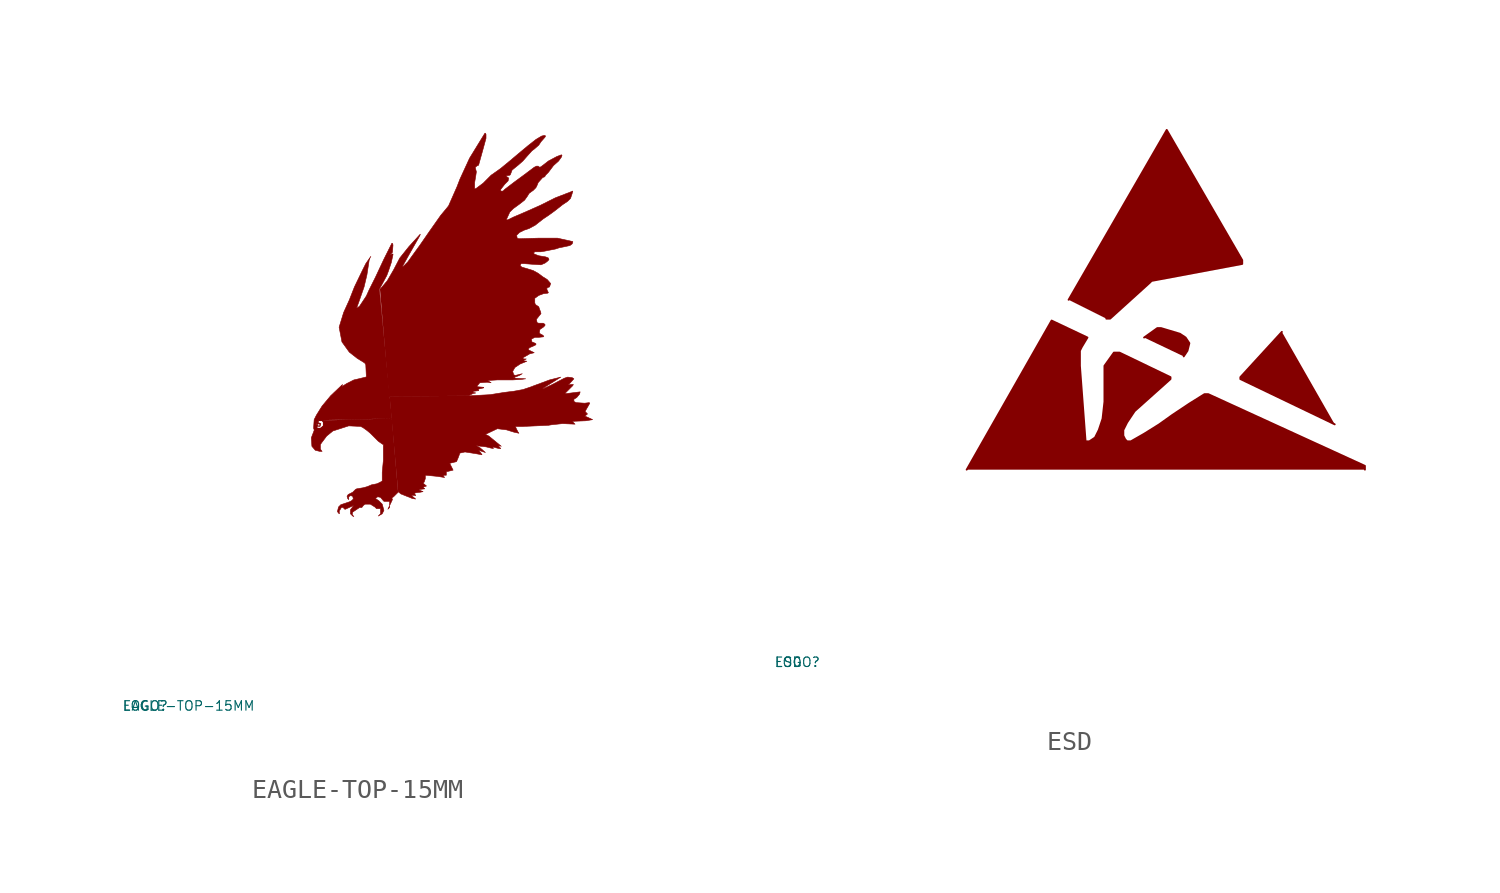
<source format=kicad_sym>
(kicad_symbol_lib
  (version 20220914)
  (generator Eagle2Kicad)
  (symbol "EAGLE-TOP-15MM"
    (property "Reference" "LOGO"
      (at -10 -10 0)
      (effects (font (size 0.5 0.5) (thickness 0.06)) (justify left)))
    (property "Value" "EAGLE-TOP-15MM"
      (at -10 -10 0)
      (effects (font (size 0.5 0.5) (thickness 0.06)) (justify left)))
    (polyline
      (pts (xy 1.533 0.18) (xy 1.473 0.21) (xy 1.413 0.301) (xy 1.473 0.541) (xy 1.593 0.661) (xy 1.864 0.751) (xy 2.044 0.812) (xy 2.164 0.872) (xy 2.255 0.962) (xy 2.224 1.112) (xy 2.104 1.142) (xy 2.014 1.082) (xy 2.014 0.932) (xy 1.954 0.992) (xy 1.924 1.112) (xy 1.984 1.202) (xy 2.104 1.263) (xy 2.224 1.323) (xy 2.284 1.383) (xy 2.375 1.473) (xy 2.435 1.503) (xy 2.796 1.563) (xy 3.006 1.623) (xy 3.216 1.714) (xy 3.367 1.744) (xy 3.517 1.774) (xy 3.757 1.894) (xy 3.788 1.924) (xy 3.788 2.375) (xy 3.848 3.006) (xy 3.848 3.848) (xy 3.788 3.878) (xy 3.577 4.028) (xy 3.367 4.238) (xy 3.156 4.449) (xy 2.976 4.599) (xy 2.766 4.749) (xy 2.645 4.81) (xy 2.014 4.84) (xy 1.172 4.569) (xy 0.842 4.299) (xy 0.571 3.938) (xy 0.511 3.848) (xy 0.511 3.607) (xy 0.601 3.487) (xy 0.481 3.487) (xy 0.24 3.547) (xy 0.06 3.757) (xy 0.03 4.208) (xy 0.18 4.599) (xy 0.18 4.63) (xy 0.15 4.72) (xy 0.18 5.17) (xy 0.301 5.411) (xy 0.601 5.892) (xy 1.052 6.433) (xy 1.683 7.034) (xy 1.653 6.944) (xy 1.683 6.944) (xy 1.924 7.094) (xy 2.284 7.275) (xy 2.916 7.425) (xy 2.946 7.455) (xy 2.916 8.086) (xy 2.856 8.176) (xy 2.465 8.417) (xy 2.044 8.747) (xy 1.653 9.289) (xy 1.503 10.07) (xy 1.744 10.852) (xy 2.044 11.513) (xy 2.315 12.204) (xy 2.735 13.076) (xy 2.916 13.437) (xy 3.186 13.828) (xy 3.127 13.707) (xy 3.096 13.617) (xy 2.976 12.836) (xy 2.826 12.204) (xy 2.585 11.513) (xy 2.435 11.092) (xy 2.465 11.092) (xy 2.585 11.182) (xy 2.946 11.723) (xy 3.096 12.054) (xy 3.427 12.715) (xy 3.878 13.678) (xy 4.299 14.519) (xy 4.329 14.519) (xy 4.359 14.429) (xy 4.329 14.038) (xy 4.238 13.948) (xy 4.238 13.918) (xy 4.299 13.948) (xy 4.359 13.948) (xy 4.359 13.918) (xy 4.269 13.497) (xy 4.118 13.046) (xy 4.028 12.806) (xy 3.818 12.415) (xy 3.637 12.084) (xy 4.299 5.231) (xy 0.421 5.14) (xy 0.301 4.96) (xy 0.301 4.81) (xy 0.331 4.72) (xy 0.391 4.689) (xy 0.511 4.689) (xy 0.661 4.81) (xy 0.661 5.08) (xy 0.601 5.14) (xy 1.052 5.14) (xy 4.299 5.23) (xy 4.63 1.323) (xy 4.389 1.082) (xy 4.299 1.022) (xy 4.329 0.932) (xy 4.088 0.421) (xy 4.178 0.511) (xy 4.178 0.842) (xy 3.878 0.842) (xy 3.848 0.872) (xy 3.697 1.052) (xy 3.547 1.082) (xy 3.427 0.992) (xy 3.607 0.872) (xy 3.788 0.691) (xy 3.878 0.361) (xy 3.788 0.18) (xy 3.577 0.06) (xy 3.697 0.18) (xy 3.697 0.451) (xy 3.487 0.451) (xy 3.397 0.541) (xy 3.156 0.691) (xy 2.886 0.691) (xy 2.796 0.631) (xy 2.705 0.511) (xy 2.585 0.511) (xy 2.315 0.331) (xy 2.224 0.271) (xy 2.194 0.15) (xy 2.284 0.03) (xy 2.224 0.06) (xy 2.104 0.18) (xy 2.104 0.391) (xy 2.284 0.631) (xy 2.164 0.571) (xy 1.834 0.421) (xy 1.804 0.421) (xy 1.714 0.511) (xy 1.623 0.511) (xy 1.533 0.361))
      (stroke (width 0.03) (type default))
      (fill (type outline)))
    (polyline
      (pts (xy 3.667 12.084) (xy 3.728 12.145) (xy 4.058 12.535) (xy 4.389 13.106) (xy 4.72 13.738) (xy 5.2 14.339) (xy 5.802 15) (xy 5.802 14.97) (xy 5.741 14.85) (xy 5.261 14.008) (xy 4.84 13.256) (xy 4.93 13.317) (xy 5.14 13.527) (xy 5.531 14.068) (xy 5.772 14.399) (xy 6.313 15.181) (xy 6.884 15.992) (xy 7.184 16.353) (xy 7.305 16.503) (xy 7.755 17.525) (xy 7.906 17.916) (xy 8.417 19.028) (xy 9.229 20.351) (xy 9.258 20.351) (xy 9.289 20.291) (xy 9.289 20.08) (xy 9.108 19.419) (xy 8.898 18.667) (xy 8.868 18.637) (xy 8.838 18.637) (xy 8.717 18.547) (xy 8.747 18.427) (xy 8.778 18.307) (xy 8.747 18.096) (xy 8.687 17.735) (xy 8.687 17.405) (xy 8.717 17.405) (xy 8.778 17.435) (xy 9.139 17.705) (xy 9.559 18.126) (xy 9.86 18.337) (xy 10.07 18.487) (xy 10.581 18.908) (xy 10.972 19.238) (xy 11.513 19.689) (xy 11.934 20.02) (xy 12.235 20.2) (xy 12.355 20.23) (xy 12.415 20.23) (xy 12.445 20.2) (xy 12.415 20.14) (xy 12.204 19.9) (xy 12.084 19.719) (xy 11.844 19.509) (xy 11.723 19.419) (xy 11.453 19.118) (xy 11.242 18.878) (xy 11.002 18.667) (xy 10.671 18.397) (xy 10.581 18.157) (xy 10.551 18.126) (xy 10.371 18.096) (xy 10.371 18.066) (xy 10.491 17.976) (xy 10.461 17.826) (xy 10.281 17.645) (xy 10.07 17.375) (xy 10.07 17.285) (xy 10.19 17.285) (xy 10.281 17.375) (xy 10.792 17.765) (xy 11.242 18.096) (xy 11.844 18.547) (xy 11.964 18.607) (xy 12.054 18.607) (xy 12.084 18.577) (xy 12.145 18.547) (xy 12.204 18.577) (xy 12.325 18.667) (xy 12.595 18.878) (xy 13.046 19.118) (xy 13.287 19.208) (xy 13.317 19.178) (xy 13.287 19.088) (xy 13.136 18.878) (xy 12.866 18.637) (xy 12.595 18.276) (xy 12.445 18.126) (xy 12.415 18.066) (xy 12.385 18.036) (xy 12.295 18.006) (xy 12.054 17.735) (xy 11.994 17.585) (xy 11.934 17.465) (xy 11.784 17.314) (xy 11.693 17.255) (xy 11.573 17.164) (xy 11.483 17.014) (xy 11.333 16.804) (xy 11.062 16.593) (xy 10.732 16.353) (xy 10.551 16.172) (xy 10.371 15.781) (xy 10.401 15.752) (xy 10.491 15.781) (xy 10.732 15.902) (xy 11.363 16.172) (xy 12.175 16.533) (xy 12.956 16.924) (xy 13.888 17.285) (xy 13.858 17.164) (xy 13.768 16.894) (xy 13.617 16.744) (xy 13.347 16.563) (xy 13.196 16.443) (xy 12.926 16.232) (xy 12.595 15.992) (xy 12.325 15.812) (xy 12.054 15.601) (xy 11.904 15.481) (xy 11.573 15.301) (xy 11.303 15.21) (xy 11.062 15.09) (xy 10.912 14.94) (xy 10.942 14.79) (xy 11.032 14.759) (xy 12.084 14.79) (xy 13.076 14.79) (xy 13.888 14.609) (xy 13.888 14.579) (xy 13.858 14.489) (xy 13.738 14.399) (xy 13.467 14.339) (xy 13.166 14.278) (xy 12.986 14.218) (xy 12.685 14.158) (xy 12.385 14.098) (xy 12.204 14.068) (xy 11.874 14.068) (xy 11.814 14.008) (xy 11.844 13.948) (xy 12.084 13.858) (xy 12.445 13.798) (xy 12.595 13.738) (xy 12.625 13.648) (xy 12.535 13.557) (xy 12.415 13.467) (xy 12.204 13.377) (xy 11.723 13.407) (xy 11.333 13.437) (xy 11.152 13.437) (xy 11.092 13.347) (xy 11.182 13.256) (xy 11.784 13.076) (xy 12.054 12.926) (xy 12.295 12.745) (xy 12.535 12.595) (xy 12.715 12.385) (xy 12.655 12.204) (xy 12.565 12.175) (xy 12.505 12.114) (xy 12.535 12.024) (xy 12.595 11.904) (xy 12.565 11.874) (xy 12.325 11.844) (xy 12.084 11.753) (xy 11.874 11.603) (xy 11.874 11.543) (xy 11.874 11.363) (xy 11.904 11.273) (xy 12.084 11.152) (xy 12.145 10.972) (xy 12.175 10.912) (xy 12.204 10.792) (xy 12.084 10.642) (xy 11.964 10.491) (xy 11.994 10.311) (xy 12.084 10.281) (xy 12.325 10.281) (xy 12.415 10.22) (xy 12.415 10.16) (xy 12.325 10.07) (xy 12.145 9.95) (xy 12.114 9.77) (xy 12.175 9.709) (xy 12.295 9.649) (xy 12.355 9.589) (xy 12.325 9.559) (xy 12.054 9.529) (xy 11.874 9.529) (xy 11.693 9.439) (xy 11.723 9.289) (xy 11.874 9.229) (xy 11.934 9.198) (xy 11.934 9.139) (xy 11.814 9.078) (xy 11.603 8.988) (xy 11.543 8.928) (xy 11.543 8.868) (xy 11.603 8.838) (xy 11.844 8.717) (xy 11.603 8.657) (xy 11.242 8.447) (xy 11.273 8.387) (xy 11.423 8.387) (xy 11.242 8.296) (xy 11.453 8.267) (xy 11.092 8.116) (xy 10.822 7.936) (xy 10.701 7.726) (xy 10.761 7.545) (xy 10.852 7.515) (xy 11.212 7.605) (xy 11.062 7.515) (xy 10.732 7.395) (xy 10.882 7.365) (xy 11.393 7.335) (xy 11.182 7.305) (xy 10.701 7.275) (xy 9.89 7.275) (xy 9.379 7.244) (xy 9.559 7.124) (xy 9.349 7.154) (xy 8.958 7.124) (xy 8.808 6.944) (xy 8.838 6.914) (xy 9.168 6.884) (xy 9.168 6.854) (xy 8.898 6.793) (xy 8.868 6.763) (xy 8.898 6.734) (xy 8.898 6.703) (xy 8.868 6.703) (xy 8.627 6.673) (xy 8.597 6.643) (xy 8.627 6.613) (xy 8.747 6.583) (xy 8.597 6.553) (xy 8.357 6.433) (xy 4.148 6.403))
      (stroke (width 0.03) (type default))
      (fill (type outline)))
    (polyline
      (pts (xy 4.178 6.403) (xy 8.387 6.433) (xy 9.499 6.493) (xy 10.25 6.613) (xy 10.732 6.673) (xy 11.242 6.763) (xy 11.603 6.884) (xy 12.655 7.275) (xy 13.256 7.425) (xy 12.295 6.824) (xy 12.355 6.824) (xy 12.745 7.004) (xy 13.437 7.365) (xy 13.617 7.425) (xy 13.858 7.395) (xy 13.948 7.335) (xy 13.648 7.004) (xy 13.798 7.034) (xy 13.918 7.034) (xy 13.888 6.974) (xy 13.497 6.583) (xy 13.497 6.553) (xy 13.557 6.553) (xy 14.278 6.643) (xy 14.248 6.523) (xy 14.098 6.343) (xy 13.948 6.252) (xy 13.948 6.133) (xy 14.068 6.072) (xy 14.519 6.042) (xy 14.759 6.072) (xy 14.79 6.042) (xy 14.549 5.621) (xy 14.549 5.591) (xy 14.669 5.471) (xy 14.519 5.351) (xy 14.549 5.351) (xy 14.94 5.17) (xy 14.579 5.11) (xy 13.858 5.08) (xy 14.008 4.93) (xy 13.347 4.96) (xy 12.775 4.9) (xy 12.595 4.87) (xy 11.273 4.81) (xy 10.852 4.81) (xy 10.882 4.72) (xy 10.972 4.539) (xy 11.032 4.449) (xy 10.761 4.509) (xy 10.371 4.63) (xy 9.89 4.689) (xy 9.258 4.389) (xy 9.439 4.299) (xy 10.1 3.757) (xy 9.92 3.818) (xy 10.07 3.637) (xy 9.98 3.637) (xy 9.86 3.667) (xy 9.649 3.728) (xy 9.679 3.637) (xy 9.529 3.667) (xy 9.289 3.728) (xy 8.778 3.788) (xy 8.988 3.667) (xy 9.258 3.427) (xy 8.898 3.547) (xy 9.018 3.397) (xy 9.078 3.307) (xy 8.747 3.367) (xy 8.176 3.457) (xy 7.906 3.397) (xy 7.816 3.156) (xy 7.726 2.946) (xy 7.365 2.856) (xy 7.545 2.495) (xy 7.184 2.405) (xy 7.184 2.224) (xy 7.004 2.224) (xy 7.094 2.104) (xy 6.703 2.164) (xy 6.102 2.224) (xy 6.072 2.194) (xy 6.072 2.104) (xy 6.072 2.044) (xy 6.012 1.864) (xy 5.952 1.804) (xy 6.133 1.653) (xy 5.952 1.593) (xy 6.042 1.503) (xy 5.802 1.473) (xy 5.741 1.443) (xy 5.952 1.353) (xy 5.802 1.323) (xy 5.561 1.293) (xy 5.501 1.263) (xy 5.561 1.142) (xy 5.351 1.172) (xy 5.381 1.112) (xy 5.561 0.962) (xy 5.381 0.992) (xy 4.78 1.232) (xy 4.63 1.353))
      (stroke (width 0.03) (type default))
      (fill (type outline)))
    (polyline
      (pts (xy 0.301 4.96) (xy 0.331 5.02) (xy 0.391 5.11) (xy 0.541 5.17) (xy 0.691 5.08) (xy 0.722 4.84) (xy 0.571 4.689) (xy 0.331 4.689) (xy 0.271 4.749) (xy 0.271 4.9) (xy 0.331 4.9) (xy 0.331 4.84) (xy 0.331 4.749) (xy 0.361 4.72) (xy 0.511 4.72) (xy 0.661 4.84) (xy 0.691 4.99) (xy 0.601 5.11) (xy 0.421 5.11) (xy 0.385 5.047) (xy 0.428 4.995) (xy 0.469 4.992) (xy 0.535 4.961) (xy 0.491 4.812) (xy 0.392 4.819) (xy 0.331 4.81) (xy 0.363 4.873) (xy 0.391 4.84) (xy 0.481 4.84) (xy 0.481 4.93) (xy 0.421 4.96) (xy 0.358 4.9) (xy 0.361 4.87))
      (stroke (width 0.03) (type default))
      (fill (type outline))))
  (symbol "ESD"
    (property "Reference" "LOGO"
      (at -10 -10 0)
      (effects (font (size 0.5 0.5) (thickness 0.06)) (justify left)))
    (property "Value" "ESD"
      (at -10 -10 0)
      (effects (font (size 0.5 0.5) (thickness 0.06)) (justify left)))
    (polyline
      (pts (xy 0.2 0.2) (xy 4.7 8.1) (xy 6.6 7.2) (xy 6.3 6.7) (xy 6.2 6.5) (xy 6.2 5.7) (xy 6.5 1.7) (xy 6.7 1.7) (xy 7 1.9) (xy 7.2 2.3) (xy 7.4 2.9) (xy 7.5 3.8) (xy 7.5 5.7) (xy 8 6.4) (xy 8.3 6.4) (xy 11 5.1) (xy 11 5) (xy 9.1 3.3) (xy 8.7 2.7) (xy 8.5 2.3) (xy 8.5 2) (xy 8.6 1.8) (xy 8.7 1.7) (xy 8.9 1.7) (xy 9.6 2.1) (xy 10.4 2.6) (xy 11.1 3.1) (xy 12 3.7) (xy 12.8 4.2) (xy 13 4.2) (xy 21.3 0.4) (xy 21.3 0.2))
      (stroke (width 0.1) (type default))
      (fill (type outline)))
    (polyline
      (pts (xy 5.6 9.2) (xy 10.8 18.2) (xy 14.8 11.3) (xy 14.8 11.1) (xy 10 10.2) (xy 9.9 10.1) (xy 7.8 8.2) (xy 7.6 8.2))
      (stroke (width 0.1) (type default))
      (fill (type outline)))
    (polyline
      (pts (xy 9.6 7.2) (xy 10.3 7.7) (xy 10.5 7.7) (xy 11.5 7.4) (xy 11.8 7.2) (xy 12 6.9) (xy 11.9 6.5) (xy 11.7 6.2))
      (stroke (width 0.1) (type default))
      (fill (type outline)))
    (polyline
      (pts (xy 19.7 2.6) (xy 14.7 5) (xy 14.7 5.1) (xy 16.9 7.5))
      (stroke (width 0.1) (type default))
      (fill (type outline)))))
</source>
